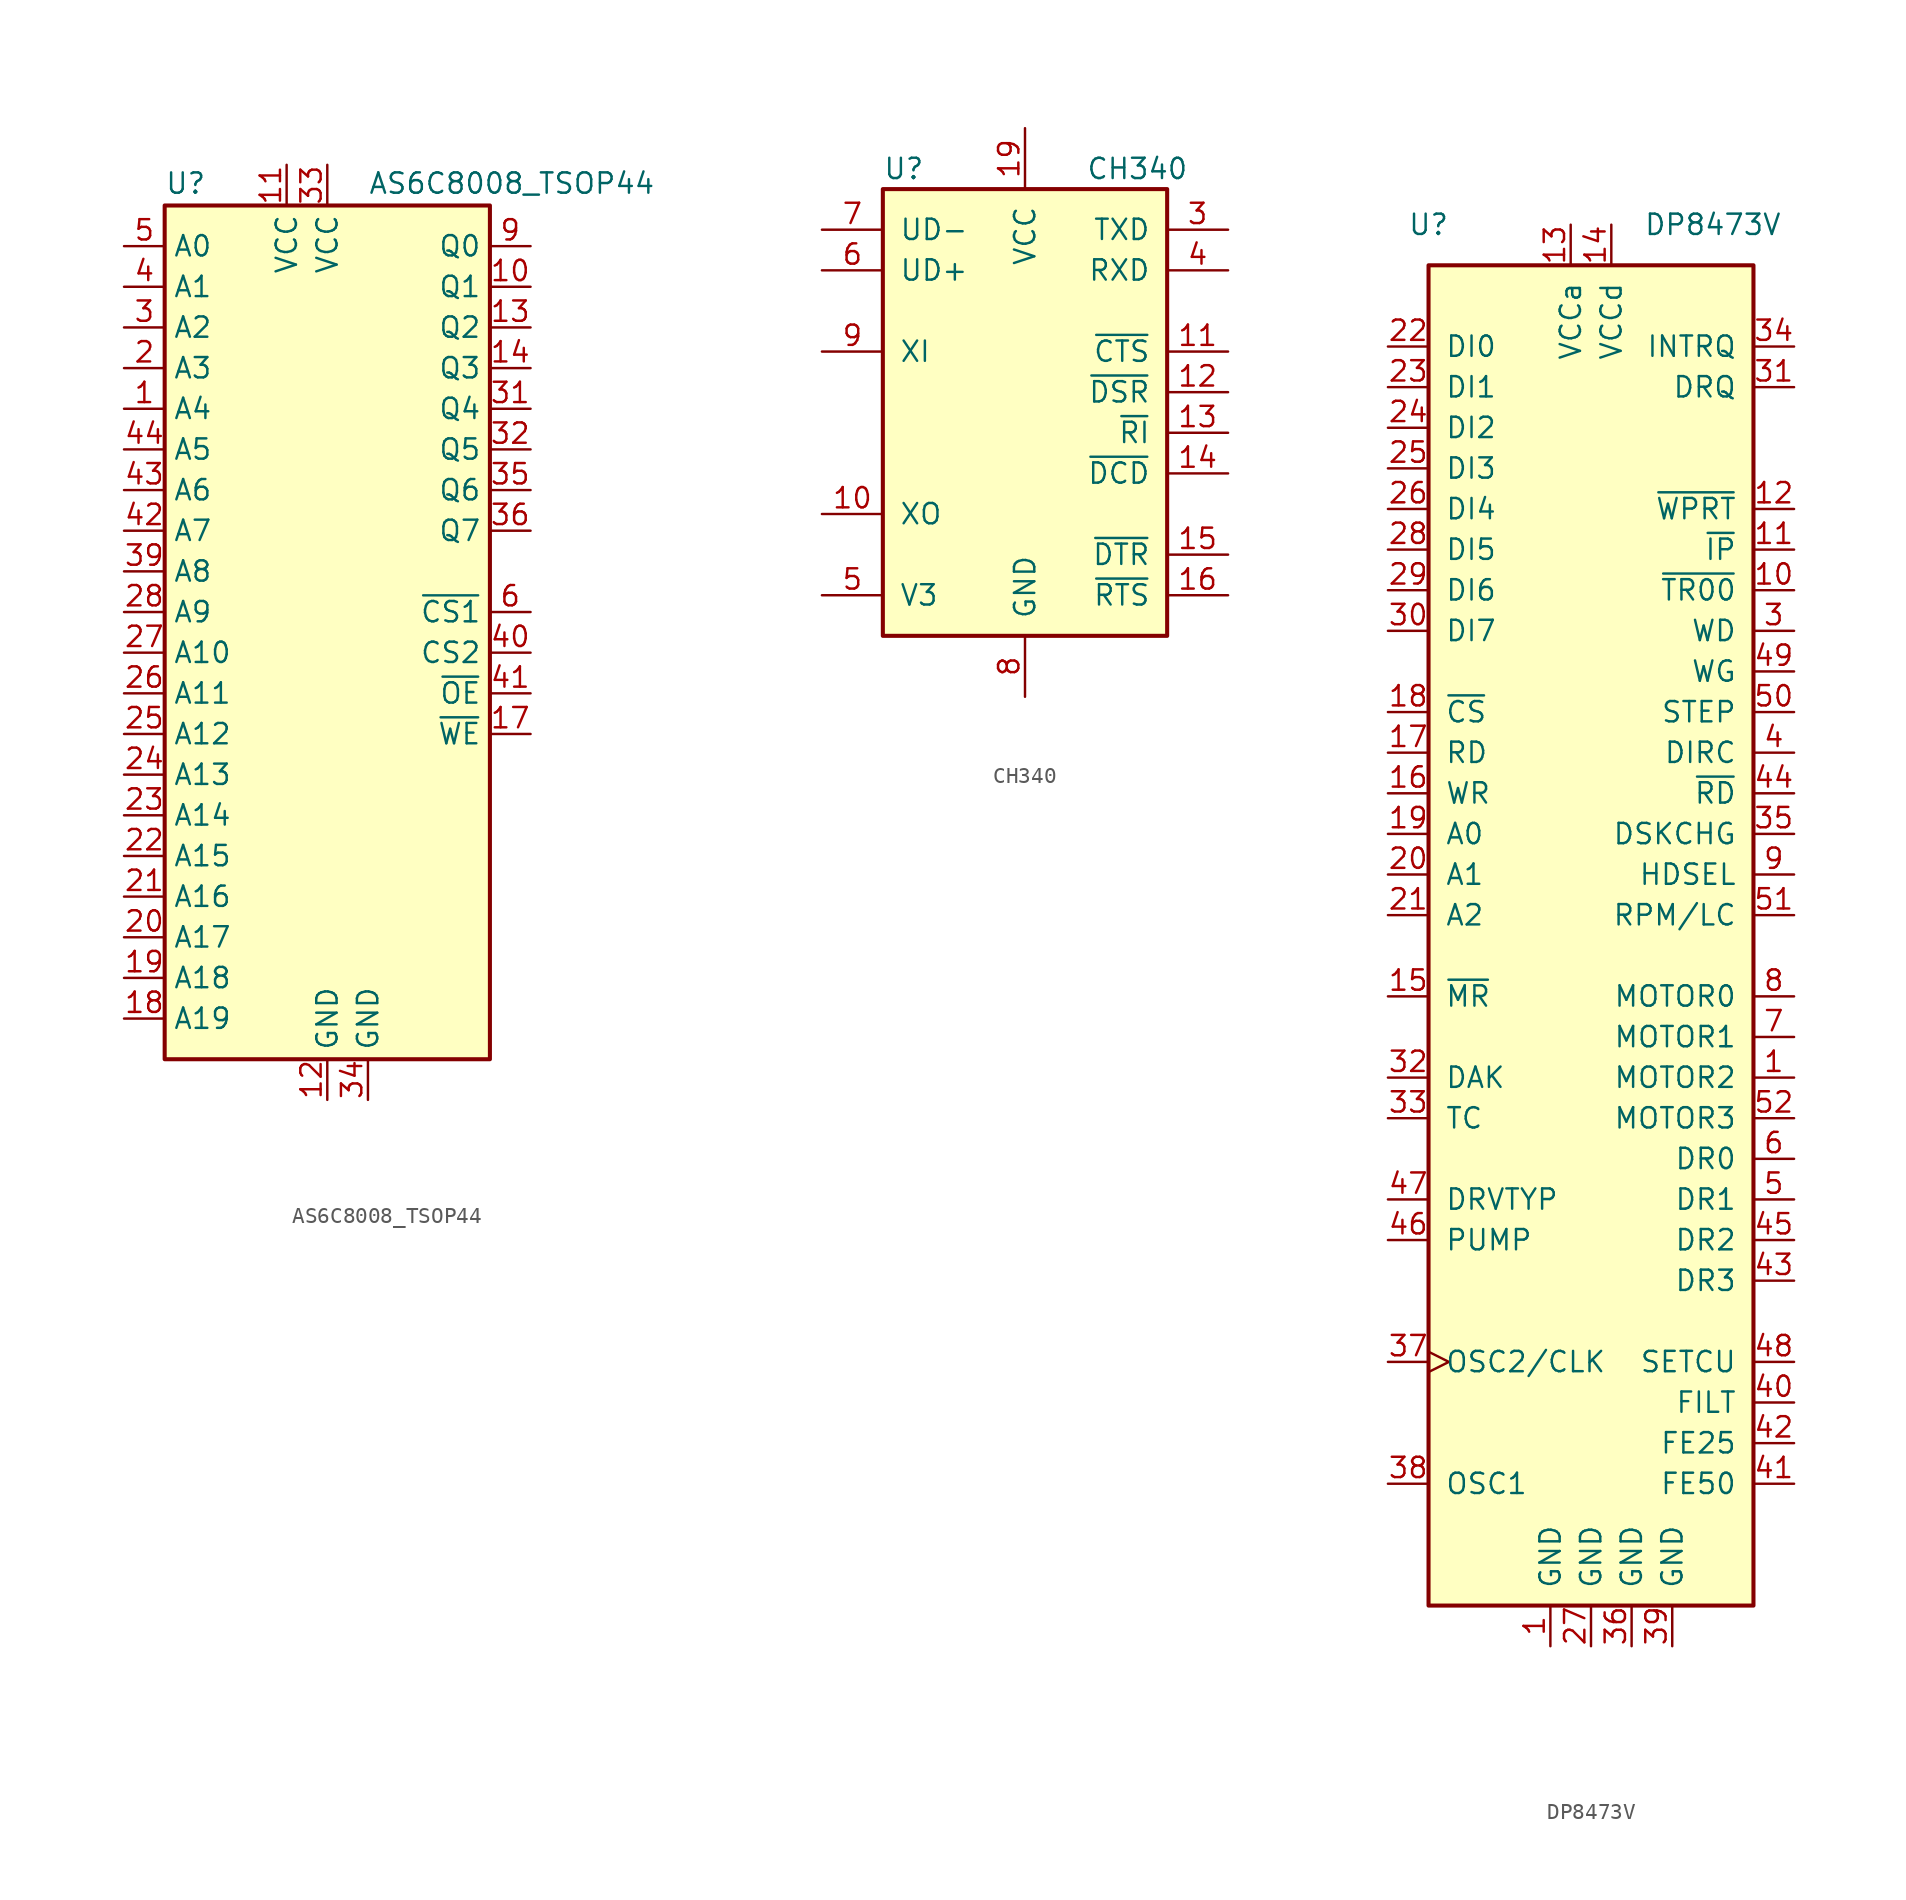
<source format=kicad_sym>
(kicad_symbol_lib
  (version 20241209)
  (generator "kicad_symbol_editor")
  (generator_version "9.0")
  (symbol "AS6C8008_TSOP44"
    (property "Reference" "U"
      (at -10.16 23.495 0)
      (effects (font (size 1.27 1.27)) (justify left bottom)))
    (property "Value" "AS6C8008_TSOP44"
      (at 2.54 23.495 0)
      (effects (font (size 1.27 1.27)) (justify left bottom)))
    (symbol "AS6C8008_TSOP44_0_1"
      (rectangle (start -10.16 22.86) (end 10.16 -30.48) (stroke (width 0.254) (type default)) (fill (type background))))
    (symbol "AS6C8008_TSOP44_1_0"
      (pin power_in line (at -2.54 25.4 270) (length 2.54) (name "VCC" (effects (font (size 1.27 1.27)))) (number "11" (effects (font (size 1.27 1.27)))))
      (pin power_in line (at 0 25.4 270) (length 2.54) (name "VCC" (effects (font (size 1.27 1.27)))) (number "33" (effects (font (size 1.27 1.27)))))
      (pin power_in line (at 0 -33.02 90) (length 2.54) (name "GND" (effects (font (size 1.27 1.27)))) (number "12" (effects (font (size 1.27 1.27)))))
      (pin power_in line (at 2.54 -33.02 90) (length 2.54) (name "GND" (effects (font (size 1.27 1.27)))) (number "34" (effects (font (size 1.27 1.27))))))
    (symbol "AS6C8008_TSOP44_1_1"
      (pin input line (at -12.7 20.32 0) (length 2.54) (name "A0" (effects (font (size 1.27 1.27)))) (number "5" (effects (font (size 1.27 1.27)))))
      (pin input line (at -12.7 17.78 0) (length 2.54) (name "A1" (effects (font (size 1.27 1.27)))) (number "4" (effects (font (size 1.27 1.27)))))
      (pin input line (at -12.7 15.24 0) (length 2.54) (name "A2" (effects (font (size 1.27 1.27)))) (number "3" (effects (font (size 1.27 1.27)))))
      (pin input line (at -12.7 12.7 0) (length 2.54) (name "A3" (effects (font (size 1.27 1.27)))) (number "2" (effects (font (size 1.27 1.27)))))
      (pin input line (at -12.7 10.16 0) (length 2.54) (name "A4" (effects (font (size 1.27 1.27)))) (number "1" (effects (font (size 1.27 1.27)))))
      (pin input line (at -12.7 7.62 0) (length 2.54) (name "A5" (effects (font (size 1.27 1.27)))) (number "44" (effects (font (size 1.27 1.27)))))
      (pin input line (at -12.7 5.08 0) (length 2.54) (name "A6" (effects (font (size 1.27 1.27)))) (number "43" (effects (font (size 1.27 1.27)))))
      (pin input line (at -12.7 2.54 0) (length 2.54) (name "A7" (effects (font (size 1.27 1.27)))) (number "42" (effects (font (size 1.27 1.27)))))
      (pin input line (at -12.7 0 0) (length 2.54) (name "A8" (effects (font (size 1.27 1.27)))) (number "39" (effects (font (size 1.27 1.27)))))
      (pin input line (at -12.7 -2.54 0) (length 2.54) (name "A9" (effects (font (size 1.27 1.27)))) (number "28" (effects (font (size 1.27 1.27)))))
      (pin input line (at -12.7 -5.08 0) (length 2.54) (name "A10" (effects (font (size 1.27 1.27)))) (number "27" (effects (font (size 1.27 1.27)))))
      (pin input line (at -12.7 -7.62 0) (length 2.54) (name "A11" (effects (font (size 1.27 1.27)))) (number "26" (effects (font (size 1.27 1.27)))))
      (pin input line (at -12.7 -10.16 0) (length 2.54) (name "A12" (effects (font (size 1.27 1.27)))) (number "25" (effects (font (size 1.27 1.27)))))
      (pin input line (at -12.7 -12.7 0) (length 2.54) (name "A13" (effects (font (size 1.27 1.27)))) (number "24" (effects (font (size 1.27 1.27)))))
      (pin input line (at -12.7 -15.24 0) (length 2.54) (name "A14" (effects (font (size 1.27 1.27)))) (number "23" (effects (font (size 1.27 1.27)))))
      (pin input line (at -12.7 -17.78 0) (length 2.54) (name "A15" (effects (font (size 1.27 1.27)))) (number "22" (effects (font (size 1.27 1.27)))))
      (pin input line (at -12.7 -20.32 0) (length 2.54) (name "A16" (effects (font (size 1.27 1.27)))) (number "21" (effects (font (size 1.27 1.27)))))
      (pin input line (at -12.7 -22.86 0) (length 2.54) (name "A17" (effects (font (size 1.27 1.27)))) (number "20" (effects (font (size 1.27 1.27)))))
      (pin input line (at -12.7 -25.4 0) (length 2.54) (name "A18" (effects (font (size 1.27 1.27)))) (number "19" (effects (font (size 1.27 1.27)))))
      (pin input line (at -12.7 -27.94 0) (length 2.54) (name "A19" (effects (font (size 1.27 1.27)))) (number "18" (effects (font (size 1.27 1.27)))))
      (pin no_connect line (at 6.35 -33.02 90) (length 2.54) (hide yes) (name "NC" (effects (font (size 1.27 1.27)))) (number "38" (effects (font (size 1.27 1.27)))))
      (pin tri_state line (at 12.7 20.32 180) (length 2.54) (name "Q0" (effects (font (size 1.27 1.27)))) (number "9" (effects (font (size 1.27 1.27)))))
      (pin tri_state line (at 12.7 17.78 180) (length 2.54) (name "Q1" (effects (font (size 1.27 1.27)))) (number "10" (effects (font (size 1.27 1.27)))))
      (pin tri_state line (at 12.7 15.24 180) (length 2.54) (name "Q2" (effects (font (size 1.27 1.27)))) (number "13" (effects (font (size 1.27 1.27)))))
      (pin tri_state line (at 12.7 12.7 180) (length 2.54) (name "Q3" (effects (font (size 1.27 1.27)))) (number "14" (effects (font (size 1.27 1.27)))))
      (pin tri_state line (at 12.7 10.16 180) (length 2.54) (name "Q4" (effects (font (size 1.27 1.27)))) (number "31" (effects (font (size 1.27 1.27)))))
      (pin tri_state line (at 12.7 7.62 180) (length 2.54) (name "Q5" (effects (font (size 1.27 1.27)))) (number "32" (effects (font (size 1.27 1.27)))))
      (pin tri_state line (at 12.7 5.08 180) (length 2.54) (name "Q6" (effects (font (size 1.27 1.27)))) (number "35" (effects (font (size 1.27 1.27)))))
      (pin tri_state line (at 12.7 2.54 180) (length 2.54) (name "Q7" (effects (font (size 1.27 1.27)))) (number "36" (effects (font (size 1.27 1.27)))))
      (pin input line (at 12.7 -2.54 180) (length 2.54) (name "~{CS1}" (effects (font (size 1.27 1.27)))) (number "6" (effects (font (size 1.27 1.27)))))
      (pin input line (at 12.7 -5.08 180) (length 2.54) (name "CS2" (effects (font (size 1.27 1.27)))) (number "40" (effects (font (size 1.27 1.27)))))
      (pin input line (at 12.7 -7.62 180) (length 2.54) (name "~{OE}" (effects (font (size 1.27 1.27)))) (number "41" (effects (font (size 1.27 1.27)))))
      (pin input line (at 12.7 -10.16 180) (length 2.54) (name "~{WE}" (effects (font (size 1.27 1.27)))) (number "17" (effects (font (size 1.27 1.27)))))
      (pin no_connect line (at 12.7 -12.7 180) (length 2.54) (hide yes) (name "NC" (effects (font (size 1.27 1.27)))) (number "7" (effects (font (size 1.27 1.27)))))
      (pin no_connect line (at 12.7 -15.24 180) (length 2.54) (hide yes) (name "NC" (effects (font (size 1.27 1.27)))) (number "8" (effects (font (size 1.27 1.27)))))
      (pin no_connect line (at 12.7 -17.78 180) (length 2.54) (hide yes) (name "NC" (effects (font (size 1.27 1.27)))) (number "15" (effects (font (size 1.27 1.27)))))
      (pin no_connect line (at 12.7 -20.32 180) (length 2.54) (hide yes) (name "NC" (effects (font (size 1.27 1.27)))) (number "16" (effects (font (size 1.27 1.27)))))
      (pin no_connect line (at 12.7 -22.86 180) (length 2.54) (hide yes) (name "NC" (effects (font (size 1.27 1.27)))) (number "29" (effects (font (size 1.27 1.27)))))
      (pin no_connect line (at 12.7 -25.4 180) (length 2.54) (hide yes) (name "NC" (effects (font (size 1.27 1.27)))) (number "30" (effects (font (size 1.27 1.27)))))
      (pin no_connect line (at 12.7 -27.94 180) (length 2.54) (hide yes) (name "NC" (effects (font (size 1.27 1.27)))) (number "37" (effects (font (size 1.27 1.27)))))))
  (symbol "CH340"
    (pin_names
      (offset 1.016))
    (property "Reference" "U"
      (at -8.89 16.51 0)
      (effects (font (size 1.27 1.27)) (justify left)))
    (property "Value" "CH340"
      (at 3.81 16.51 0)
      (effects (font (size 1.27 1.27)) (justify left)))
    (symbol "CH340_0_0"
      (pin power_in line (at 0 19.05 270) (length 3.81) (name "VCC" (effects (font (size 1.27 1.27)))) (number "19" (effects (font (size 1.27 1.27)))))
      (pin power_in line (at 0 -16.51 90) (length 3.81) (name "GND" (effects (font (size 1.27 1.27)))) (number "8" (effects (font (size 1.27 1.27))))))
    (symbol "CH340_0_1"
      (rectangle (start -8.89 15.24) (end 8.89 -12.7) (stroke (width 0.254) (type default)) (fill (type background))))
    (symbol "CH340_1_1"
      (pin input line (at -12.7 12.7 0) (length 3.81) (name "UD-" (effects (font (size 1.27 1.27)))) (number "7" (effects (font (size 1.27 1.27)))))
      (pin input line (at -12.7 10.16 0) (length 3.81) (name "UD+" (effects (font (size 1.27 1.27)))) (number "6" (effects (font (size 1.27 1.27)))))
      (pin input line (at -12.7 5.08 0) (length 3.81) (name "XI" (effects (font (size 1.27 1.27)))) (number "9" (effects (font (size 1.27 1.27)))))
      (pin input line (at -12.7 -5.08 0) (length 3.81) (name "XO" (effects (font (size 1.27 1.27)))) (number "10" (effects (font (size 1.27 1.27)))))
      (pin input line (at -12.7 -10.16 0) (length 3.81) (name "V3" (effects (font (size 1.27 1.27)))) (number "5" (effects (font (size 1.27 1.27)))))
      (pin tri_state line (at 12.7 12.7 180) (length 3.81) (name "TXD" (effects (font (size 1.27 1.27)))) (number "3" (effects (font (size 1.27 1.27)))))
      (pin tri_state line (at 12.7 10.16 180) (length 3.81) (name "RXD" (effects (font (size 1.27 1.27)))) (number "4" (effects (font (size 1.27 1.27)))))
      (pin tri_state line (at 12.7 5.08 180) (length 3.81) (name "~{CTS}" (effects (font (size 1.27 1.27)))) (number "11" (effects (font (size 1.27 1.27)))))
      (pin tri_state line (at 12.7 2.54 180) (length 3.81) (name "~{DSR}" (effects (font (size 1.27 1.27)))) (number "12" (effects (font (size 1.27 1.27)))))
      (pin tri_state line (at 12.7 0 180) (length 3.81) (name "~{RI}" (effects (font (size 1.27 1.27)))) (number "13" (effects (font (size 1.27 1.27)))))
      (pin tri_state line (at 12.7 -2.54 180) (length 3.81) (name "~{DCD}" (effects (font (size 1.27 1.27)))) (number "14" (effects (font (size 1.27 1.27)))))
      (pin tri_state line (at 12.7 -7.62 180) (length 3.81) (name "~{DTR}" (effects (font (size 1.27 1.27)))) (number "15" (effects (font (size 1.27 1.27)))))
      (pin tri_state line (at 12.7 -10.16 180) (length 3.81) (name "~{RTS}" (effects (font (size 1.27 1.27)))) (number "16" (effects (font (size 1.27 1.27)))))))
  (symbol "DP8473V"
    (pin_names
      (offset 1.016))
    (property "Reference" "U"
      (at -10.16 27.94 0)
      (effects (font (size 1.27 1.27))))
    (property "Value" "DP8473V"
      (at 7.62 27.94 0)
      (effects (font (size 1.27 1.27))))
    (symbol "DP8473V_0_1"
      (rectangle (start -10.16 25.4) (end 10.16 -58.42) (stroke (width 0.254) (type default)) (fill (type background))))
    (symbol "DP8473V_1_1"
      (pin tri_state line (at -12.7 20.32 0) (length 2.54) (name "DI0" (effects (font (size 1.27 1.27)))) (number "22" (effects (font (size 1.27 1.27)))))
      (pin tri_state line (at -12.7 17.78 0) (length 2.54) (name "DI1" (effects (font (size 1.27 1.27)))) (number "23" (effects (font (size 1.27 1.27)))))
      (pin tri_state line (at -12.7 15.24 0) (length 2.54) (name "DI2" (effects (font (size 1.27 1.27)))) (number "24" (effects (font (size 1.27 1.27)))))
      (pin tri_state line (at -12.7 12.7 0) (length 2.54) (name "DI3" (effects (font (size 1.27 1.27)))) (number "25" (effects (font (size 1.27 1.27)))))
      (pin tri_state line (at -12.7 10.16 0) (length 2.54) (name "DI4" (effects (font (size 1.27 1.27)))) (number "26" (effects (font (size 1.27 1.27)))))
      (pin tri_state line (at -12.7 7.62 0) (length 2.54) (name "DI5" (effects (font (size 1.27 1.27)))) (number "28" (effects (font (size 1.27 1.27)))))
      (pin tri_state line (at -12.7 5.08 0) (length 2.54) (name "DI6" (effects (font (size 1.27 1.27)))) (number "29" (effects (font (size 1.27 1.27)))))
      (pin tri_state line (at -12.7 2.54 0) (length 2.54) (name "DI7" (effects (font (size 1.27 1.27)))) (number "30" (effects (font (size 1.27 1.27)))))
      (pin input line (at -12.7 -2.54 0) (length 2.54) (name "~{CS}" (effects (font (size 1.27 1.27)))) (number "18" (effects (font (size 1.27 1.27)))))
      (pin input line (at -12.7 -5.08 0) (length 2.54) (name "RD" (effects (font (size 1.27 1.27)))) (number "17" (effects (font (size 1.27 1.27)))))
      (pin input line (at -12.7 -7.62 0) (length 2.54) (name "WR" (effects (font (size 1.27 1.27)))) (number "16" (effects (font (size 1.27 1.27)))))
      (pin input line (at -12.7 -10.16 0) (length 2.54) (name "A0" (effects (font (size 1.27 1.27)))) (number "19" (effects (font (size 1.27 1.27)))))
      (pin input line (at -12.7 -12.7 0) (length 2.54) (name "A1" (effects (font (size 1.27 1.27)))) (number "20" (effects (font (size 1.27 1.27)))))
      (pin input line (at -12.7 -15.24 0) (length 2.54) (name "A2" (effects (font (size 1.27 1.27)))) (number "21" (effects (font (size 1.27 1.27)))))
      (pin input line (at -12.7 -20.32 0) (length 2.54) (name "~{MR}" (effects (font (size 1.27 1.27)))) (number "15" (effects (font (size 1.27 1.27)))))
      (pin input line (at -12.7 -25.4 0) (length 2.54) (name "DAK" (effects (font (size 1.27 1.27)))) (number "32" (effects (font (size 1.27 1.27)))))
      (pin input line (at -12.7 -27.94 0) (length 2.54) (name "TC" (effects (font (size 1.27 1.27)))) (number "33" (effects (font (size 1.27 1.27)))))
      (pin input line (at -12.7 -33.02 0) (length 2.54) (name "DRVTYP" (effects (font (size 1.27 1.27)))) (number "47" (effects (font (size 1.27 1.27)))))
      (pin input line (at -12.7 -35.56 0) (length 2.54) (name "PUMP" (effects (font (size 1.27 1.27)))) (number "46" (effects (font (size 1.27 1.27)))))
      (pin input clock (at -12.7 -43.18 0) (length 2.54) (name "OSC2/CLK" (effects (font (size 1.27 1.27)))) (number "37" (effects (font (size 1.27 1.27)))))
      (pin input line (at -12.7 -50.8 0) (length 2.54) (name "OSC1" (effects (font (size 1.27 1.27)))) (number "38" (effects (font (size 1.27 1.27)))))
      (pin power_in line (at -2.54 -60.96 90) (length 2.54) (name "GND" (effects (font (size 1.27 1.27)))) (number "1" (effects (font (size 1.27 1.27)))))
      (pin power_in line (at -1.27 27.94 270) (length 2.54) (name "VCCa" (effects (font (size 1.27 1.27)))) (number "13" (effects (font (size 1.27 1.27)))))
      (pin power_in line (at 0 -60.96 90) (length 2.54) (name "GND" (effects (font (size 1.27 1.27)))) (number "27" (effects (font (size 1.27 1.27)))))
      (pin power_in line (at 1.27 27.94 270) (length 2.54) (name "VCCd" (effects (font (size 1.27 1.27)))) (number "14" (effects (font (size 1.27 1.27)))))
      (pin power_in line (at 2.54 -60.96 90) (length 2.54) (name "GND" (effects (font (size 1.27 1.27)))) (number "36" (effects (font (size 1.27 1.27)))))
      (pin power_in line (at 5.08 -60.96 90) (length 2.54) (name "GND" (effects (font (size 1.27 1.27)))) (number "39" (effects (font (size 1.27 1.27)))))
      (pin input line (at 12.7 20.32 180) (length 2.54) (name "INTRQ" (effects (font (size 1.27 1.27)))) (number "34" (effects (font (size 1.27 1.27)))))
      (pin output line (at 12.7 17.78 180) (length 2.54) (name "DRQ" (effects (font (size 1.27 1.27)))) (number "31" (effects (font (size 1.27 1.27)))))
      (pin input line (at 12.7 10.16 180) (length 2.54) (name "~{WPRT}" (effects (font (size 1.27 1.27)))) (number "12" (effects (font (size 1.27 1.27)))))
      (pin input line (at 12.7 7.62 180) (length 2.54) (name "~{IP}" (effects (font (size 1.27 1.27)))) (number "11" (effects (font (size 1.27 1.27)))))
      (pin input line (at 12.7 5.08 180) (length 2.54) (name "~{TR00}" (effects (font (size 1.27 1.27)))) (number "10" (effects (font (size 1.27 1.27)))))
      (pin output line (at 12.7 2.54 180) (length 2.54) (name "WD" (effects (font (size 1.27 1.27)))) (number "3" (effects (font (size 1.27 1.27)))))
      (pin output line (at 12.7 0 180) (length 2.54) (name "WG" (effects (font (size 1.27 1.27)))) (number "49" (effects (font (size 1.27 1.27)))))
      (pin output line (at 12.7 -2.54 180) (length 2.54) (name "STEP" (effects (font (size 1.27 1.27)))) (number "50" (effects (font (size 1.27 1.27)))))
      (pin output line (at 12.7 -5.08 180) (length 2.54) (name "DIRC" (effects (font (size 1.27 1.27)))) (number "4" (effects (font (size 1.27 1.27)))))
      (pin input line (at 12.7 -7.62 180) (length 2.54) (name "~{RD}" (effects (font (size 1.27 1.27)))) (number "44" (effects (font (size 1.27 1.27)))))
      (pin output line (at 12.7 -10.16 180) (length 2.54) (name "DSKCHG" (effects (font (size 1.27 1.27)))) (number "35" (effects (font (size 1.27 1.27)))))
      (pin input line (at 12.7 -12.7 180) (length 2.54) (name "HDSEL" (effects (font (size 1.27 1.27)))) (number "9" (effects (font (size 1.27 1.27)))))
      (pin input line (at 12.7 -15.24 180) (length 2.54) (name "RPM/LC" (effects (font (size 1.27 1.27)))) (number "51" (effects (font (size 1.27 1.27)))))
      (pin output line (at 12.7 -20.32 180) (length 2.54) (name "MOTOR0" (effects (font (size 1.27 1.27)))) (number "8" (effects (font (size 1.27 1.27)))))
      (pin output line (at 12.7 -22.86 180) (length 2.54) (name "MOTOR1" (effects (font (size 1.27 1.27)))) (number "7" (effects (font (size 1.27 1.27)))))
      (pin output line (at 12.7 -25.4 180) (length 2.54) (name "MOTOR2" (effects (font (size 1.27 1.27)))) (number "1" (effects (font (size 1.27 1.27)))))
      (pin output line (at 12.7 -27.94 180) (length 2.54) (name "MOTOR3" (effects (font (size 1.27 1.27)))) (number "52" (effects (font (size 1.27 1.27)))))
      (pin output line (at 12.7 -30.48 180) (length 2.54) (name "DR0" (effects (font (size 1.27 1.27)))) (number "6" (effects (font (size 1.27 1.27)))))
      (pin output line (at 12.7 -33.02 180) (length 2.54) (name "DR1" (effects (font (size 1.27 1.27)))) (number "5" (effects (font (size 1.27 1.27)))))
      (pin output line (at 12.7 -35.56 180) (length 2.54) (name "DR2" (effects (font (size 1.27 1.27)))) (number "45" (effects (font (size 1.27 1.27)))))
      (pin output line (at 12.7 -38.1 180) (length 2.54) (name "DR3" (effects (font (size 1.27 1.27)))) (number "43" (effects (font (size 1.27 1.27)))))
      (pin input line (at 12.7 -43.18 180) (length 2.54) (name "SETCU" (effects (font (size 1.27 1.27)))) (number "48" (effects (font (size 1.27 1.27)))))
      (pin input line (at 12.7 -45.72 180) (length 2.54) (name "FILT" (effects (font (size 1.27 1.27)))) (number "40" (effects (font (size 1.27 1.27)))))
      (pin input line (at 12.7 -48.26 180) (length 2.54) (name "FE25" (effects (font (size 1.27 1.27)))) (number "42" (effects (font (size 1.27 1.27)))))
      (pin input line (at 12.7 -50.8 180) (length 2.54) (name "FE50" (effects (font (size 1.27 1.27)))) (number "41" (effects (font (size 1.27 1.27))))))))
</source>
